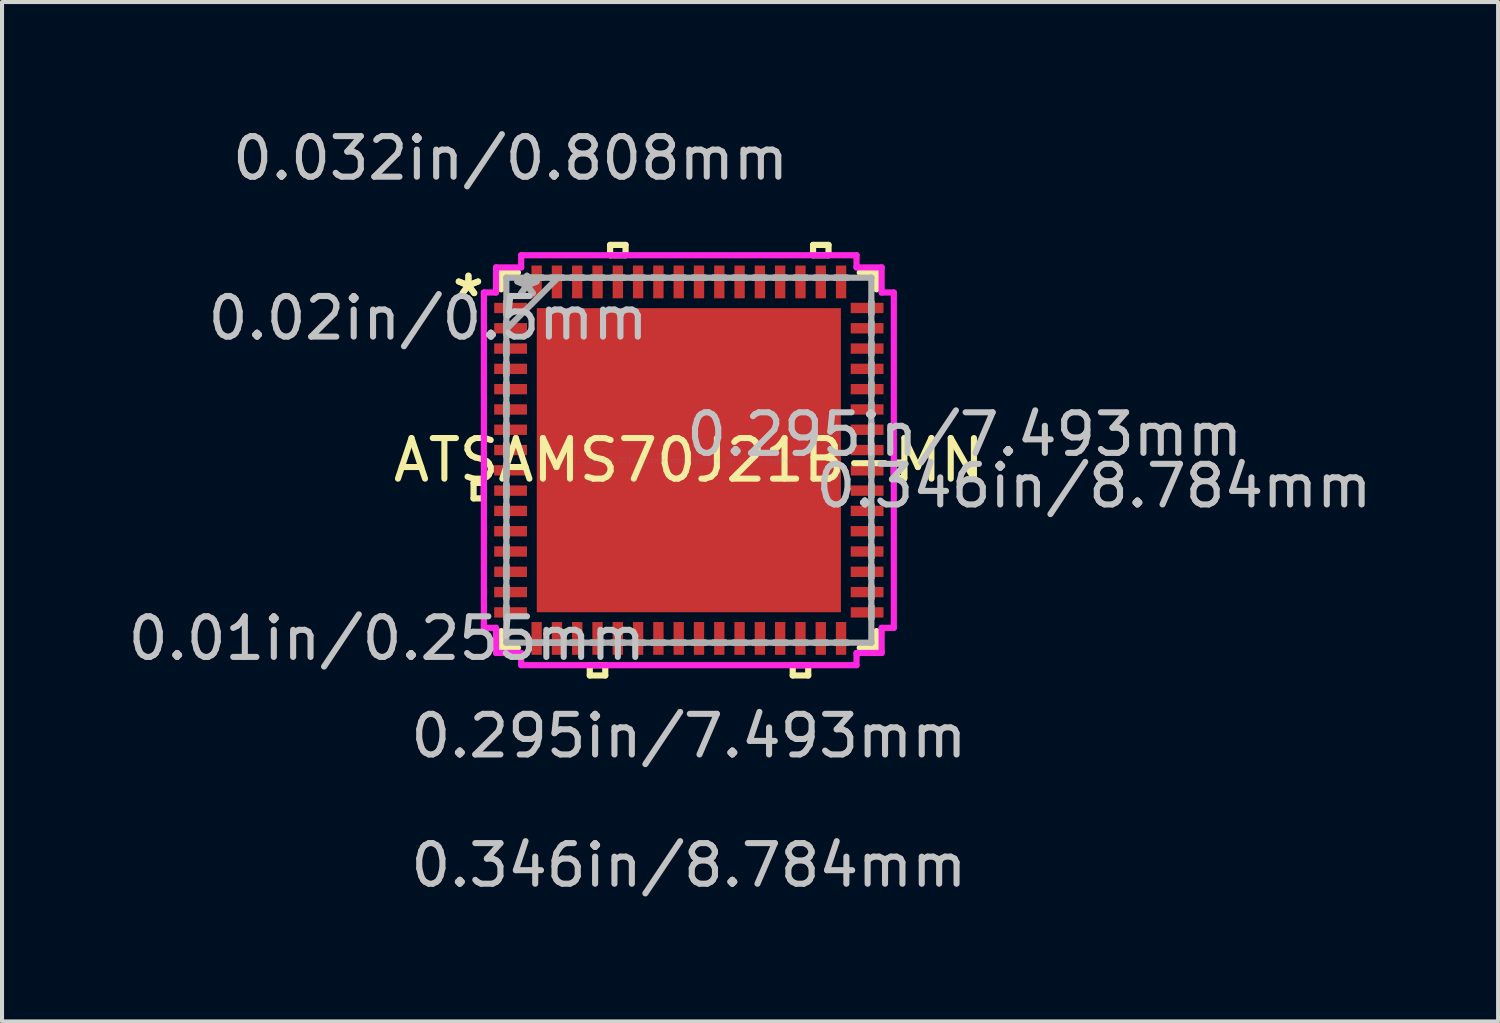
<source format=kicad_pcb>
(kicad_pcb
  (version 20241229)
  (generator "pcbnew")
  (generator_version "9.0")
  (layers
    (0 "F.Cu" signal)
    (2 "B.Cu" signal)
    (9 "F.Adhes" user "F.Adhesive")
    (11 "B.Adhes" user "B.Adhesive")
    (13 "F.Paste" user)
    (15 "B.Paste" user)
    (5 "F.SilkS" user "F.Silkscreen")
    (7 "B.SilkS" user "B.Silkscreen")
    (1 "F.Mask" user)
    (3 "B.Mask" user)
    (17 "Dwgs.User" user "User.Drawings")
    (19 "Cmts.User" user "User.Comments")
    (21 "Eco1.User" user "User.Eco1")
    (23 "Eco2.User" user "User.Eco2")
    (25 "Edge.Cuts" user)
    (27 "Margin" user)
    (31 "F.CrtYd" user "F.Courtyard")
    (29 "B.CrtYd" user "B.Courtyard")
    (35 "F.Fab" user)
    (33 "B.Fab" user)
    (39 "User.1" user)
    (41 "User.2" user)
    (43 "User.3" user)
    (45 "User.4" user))
  (footprint "ATSAMS70J21B-MN"
    (layer "F.Cu")
    (at 13.922 8.288)
    (property "Reference" "ATSAMS70J21B-MN" (at 0 0 0) (layer "F.SilkS") (effects (font (size 1 1) (thickness 0.15))))
    (attr through_hole)
    (fp_line (start -5.304 0.56) (end -5.304 0.941) (stroke (width 0.152) (type solid)) (layer "F.SilkS"))
    (fp_line (start -5.304 0.941) (end -5.05 0.941) (stroke (width 0.152) (type solid)) (layer "F.SilkS"))
    (fp_line (start -5.05 0.56) (end -5.304 0.56) (stroke (width 0.152) (type solid)) (layer "F.SilkS"))
    (fp_line (start -5.05 0.941) (end -5.05 0.56) (stroke (width 0.152) (type solid)) (layer "F.SilkS"))
    (fp_line (start -4.623 -4.623) (end -4.623 -4.21) (stroke (width 0.152) (type solid)) (layer "F.SilkS"))
    (fp_line (start -4.623 4.21) (end -4.623 4.623) (stroke (width 0.152) (type solid)) (layer "F.SilkS"))
    (fp_line (start -4.623 4.623) (end -4.21 4.623) (stroke (width 0.152) (type solid)) (layer "F.SilkS"))
    (fp_line (start -4.21 -4.623) (end -4.623 -4.623) (stroke (width 0.152) (type solid)) (layer "F.SilkS"))
    (fp_line (start -2.441 5.05) (end -2.441 5.304) (stroke (width 0.152) (type solid)) (layer "F.SilkS"))
    (fp_line (start -2.441 5.304) (end -2.06 5.304) (stroke (width 0.152) (type solid)) (layer "F.SilkS"))
    (fp_line (start -2.06 5.05) (end -2.441 5.05) (stroke (width 0.152) (type solid)) (layer "F.SilkS"))
    (fp_line (start -2.06 5.304) (end -2.06 5.05) (stroke (width 0.152) (type solid)) (layer "F.SilkS"))
    (fp_line (start -1.94 -5.304) (end -1.559 -5.304) (stroke (width 0.152) (type solid)) (layer "F.SilkS"))
    (fp_line (start -1.94 -5.05) (end -1.94 -5.304) (stroke (width 0.152) (type solid)) (layer "F.SilkS"))
    (fp_line (start -1.559 -5.304) (end -1.559 -5.05) (stroke (width 0.152) (type solid)) (layer "F.SilkS"))
    (fp_line (start -1.559 -5.05) (end -1.94 -5.05) (stroke (width 0.152) (type solid)) (layer "F.SilkS"))
    (fp_line (start 2.559 5.05) (end 2.559 5.304) (stroke (width 0.152) (type solid)) (layer "F.SilkS"))
    (fp_line (start 2.559 5.304) (end 2.941 5.304) (stroke (width 0.152) (type solid)) (layer "F.SilkS"))
    (fp_line (start 2.941 5.05) (end 2.559 5.05) (stroke (width 0.152) (type solid)) (layer "F.SilkS"))
    (fp_line (start 2.941 5.304) (end 2.941 5.05) (stroke (width 0.152) (type solid)) (layer "F.SilkS"))
    (fp_line (start 3.06 -5.304) (end 3.441 -5.304) (stroke (width 0.152) (type solid)) (layer "F.SilkS"))
    (fp_line (start 3.06 -5.05) (end 3.06 -5.304) (stroke (width 0.152) (type solid)) (layer "F.SilkS"))
    (fp_line (start 3.441 -5.304) (end 3.441 -5.05) (stroke (width 0.152) (type solid)) (layer "F.SilkS"))
    (fp_line (start 3.441 -5.05) (end 3.06 -5.05) (stroke (width 0.152) (type solid)) (layer "F.SilkS"))
    (fp_line (start 4.21 4.623) (end 4.623 4.623) (stroke (width 0.152) (type solid)) (layer "F.SilkS"))
    (fp_line (start 4.623 -4.623) (end 4.21 -4.623) (stroke (width 0.152) (type solid)) (layer "F.SilkS"))
    (fp_line (start 4.623 -4.21) (end 4.623 -4.623) (stroke (width 0.152) (type solid)) (layer "F.SilkS"))
    (fp_line (start 4.623 4.623) (end 4.623 4.21) (stroke (width 0.152) (type solid)) (layer "F.SilkS"))
    (fp_line (start 5.05 0.059) (end 5.304 0.059) (stroke (width 0.152) (type solid)) (layer "F.SilkS"))
    (fp_line (start 5.05 0.441) (end 5.05 0.059) (stroke (width 0.152) (type solid)) (layer "F.SilkS"))
    (fp_line (start 5.304 0.059) (end 5.304 0.441) (stroke (width 0.152) (type solid)) (layer "F.SilkS"))
    (fp_line (start 5.304 0.441) (end 5.05 0.441) (stroke (width 0.152) (type solid)) (layer "F.SilkS"))
    (fp_line (start -3.647 -3.647) (end -3.647 -2.348) (stroke (width 0.152) (type solid)) (layer "F.Paste"))
    (fp_line (start -3.647 -2.348) (end -2.348 -2.348) (stroke (width 0.152) (type solid)) (layer "F.Paste"))
    (fp_line (start -3.647 -2.148) (end -3.647 -0.849) (stroke (width 0.152) (type solid)) (layer "F.Paste"))
    (fp_line (start -3.647 -0.849) (end -2.348 -0.849) (stroke (width 0.152) (type solid)) (layer "F.Paste"))
    (fp_line (start -3.647 -0.649) (end -3.647 0.649) (stroke (width 0.152) (type solid)) (layer "F.Paste"))
    (fp_line (start -3.647 0.649) (end -2.348 0.649) (stroke (width 0.152) (type solid)) (layer "F.Paste"))
    (fp_line (start -3.647 0.849) (end -3.647 2.148) (stroke (width 0.152) (type solid)) (layer "F.Paste"))
    (fp_line (start -3.647 2.148) (end -2.348 2.148) (stroke (width 0.152) (type solid)) (layer "F.Paste"))
    (fp_line (start -3.647 2.348) (end -3.647 3.647) (stroke (width 0.152) (type solid)) (layer "F.Paste"))
    (fp_line (start -3.647 3.647) (end -2.348 3.647) (stroke (width 0.152) (type solid)) (layer "F.Paste"))
    (fp_line (start -2.348 -3.647) (end -3.647 -3.647) (stroke (width 0.152) (type solid)) (layer "F.Paste"))
    (fp_line (start -2.348 -2.348) (end -2.348 -3.647) (stroke (width 0.152) (type solid)) (layer "F.Paste"))
    (fp_line (start -2.348 -2.148) (end -3.647 -2.148) (stroke (width 0.152) (type solid)) (layer "F.Paste"))
    (fp_line (start -2.348 -0.849) (end -2.348 -2.148) (stroke (width 0.152) (type solid)) (layer "F.Paste"))
    (fp_line (start -2.348 -0.649) (end -3.647 -0.649) (stroke (width 0.152) (type solid)) (layer "F.Paste"))
    (fp_line (start -2.348 0.649) (end -2.348 -0.649) (stroke (width 0.152) (type solid)) (layer "F.Paste"))
    (fp_line (start -2.348 0.849) (end -3.647 0.849) (stroke (width 0.152) (type solid)) (layer "F.Paste"))
    (fp_line (start -2.348 2.148) (end -2.348 0.849) (stroke (width 0.152) (type solid)) (layer "F.Paste"))
    (fp_line (start -2.348 2.348) (end -3.647 2.348) (stroke (width 0.152) (type solid)) (layer "F.Paste"))
    (fp_line (start -2.348 3.647) (end -2.348 2.348) (stroke (width 0.152) (type solid)) (layer "F.Paste"))
    (fp_line (start -2.148 -3.647) (end -2.148 -2.348) (stroke (width 0.152) (type solid)) (layer "F.Paste"))
    (fp_line (start -2.148 -2.348) (end -0.849 -2.348) (stroke (width 0.152) (type solid)) (layer "F.Paste"))
    (fp_line (start -2.148 -2.148) (end -2.148 -0.849) (stroke (width 0.152) (type solid)) (layer "F.Paste"))
    (fp_line (start -2.148 -0.849) (end -0.849 -0.849) (stroke (width 0.152) (type solid)) (layer "F.Paste"))
    (fp_line (start -2.148 -0.649) (end -2.148 0.649) (stroke (width 0.152) (type solid)) (layer "F.Paste"))
    (fp_line (start -2.148 0.649) (end -0.849 0.649) (stroke (width 0.152) (type solid)) (layer "F.Paste"))
    (fp_line (start -2.148 0.849) (end -2.148 2.148) (stroke (width 0.152) (type solid)) (layer "F.Paste"))
    (fp_line (start -2.148 2.148) (end -0.849 2.148) (stroke (width 0.152) (type solid)) (layer "F.Paste"))
    (fp_line (start -2.148 2.348) (end -2.148 3.647) (stroke (width 0.152) (type solid)) (layer "F.Paste"))
    (fp_line (start -2.148 3.647) (end -0.849 3.647) (stroke (width 0.152) (type solid)) (layer "F.Paste"))
    (fp_line (start -0.849 -3.647) (end -2.148 -3.647) (stroke (width 0.152) (type solid)) (layer "F.Paste"))
    (fp_line (start -0.849 -2.348) (end -0.849 -3.647) (stroke (width 0.152) (type solid)) (layer "F.Paste"))
    (fp_line (start -0.849 -2.148) (end -2.148 -2.148) (stroke (width 0.152) (type solid)) (layer "F.Paste"))
    (fp_line (start -0.849 -0.849) (end -0.849 -2.148) (stroke (width 0.152) (type solid)) (layer "F.Paste"))
    (fp_line (start -0.849 -0.649) (end -2.148 -0.649) (stroke (width 0.152) (type solid)) (layer "F.Paste"))
    (fp_line (start -0.849 0.649) (end -0.849 -0.649) (stroke (width 0.152) (type solid)) (layer "F.Paste"))
    (fp_line (start -0.849 0.849) (end -2.148 0.849) (stroke (width 0.152) (type solid)) (layer "F.Paste"))
    (fp_line (start -0.849 2.148) (end -0.849 0.849) (stroke (width 0.152) (type solid)) (layer "F.Paste"))
    (fp_line (start -0.849 2.348) (end -2.148 2.348) (stroke (width 0.152) (type solid)) (layer "F.Paste"))
    (fp_line (start -0.849 3.647) (end -0.849 2.348) (stroke (width 0.152) (type solid)) (layer "F.Paste"))
    (fp_line (start -0.649 -3.647) (end -0.649 -2.348) (stroke (width 0.152) (type solid)) (layer "F.Paste"))
    (fp_line (start -0.649 -2.348) (end 0.649 -2.348) (stroke (width 0.152) (type solid)) (layer "F.Paste"))
    (fp_line (start -0.649 -2.148) (end -0.649 -0.849) (stroke (width 0.152) (type solid)) (layer "F.Paste"))
    (fp_line (start -0.649 -0.849) (end 0.649 -0.849) (stroke (width 0.152) (type solid)) (layer "F.Paste"))
    (fp_line (start -0.649 -0.649) (end -0.649 0.649) (stroke (width 0.152) (type solid)) (layer "F.Paste"))
    (fp_line (start -0.649 0.649) (end 0.649 0.649) (stroke (width 0.152) (type solid)) (layer "F.Paste"))
    (fp_line (start -0.649 0.849) (end -0.649 2.148) (stroke (width 0.152) (type solid)) (layer "F.Paste"))
    (fp_line (start -0.649 2.148) (end 0.649 2.148) (stroke (width 0.152) (type solid)) (layer "F.Paste"))
    (fp_line (start -0.649 2.348) (end -0.649 3.647) (stroke (width 0.152) (type solid)) (layer "F.Paste"))
    (fp_line (start -0.649 3.647) (end 0.649 3.647) (stroke (width 0.152) (type solid)) (layer "F.Paste"))
    (fp_line (start 0.649 -3.647) (end -0.649 -3.647) (stroke (width 0.152) (type solid)) (layer "F.Paste"))
    (fp_line (start 0.649 -2.348) (end 0.649 -3.647) (stroke (width 0.152) (type solid)) (layer "F.Paste"))
    (fp_line (start 0.649 -2.148) (end -0.649 -2.148) (stroke (width 0.152) (type solid)) (layer "F.Paste"))
    (fp_line (start 0.649 -0.849) (end 0.649 -2.148) (stroke (width 0.152) (type solid)) (layer "F.Paste"))
    (fp_line (start 0.649 -0.649) (end -0.649 -0.649) (stroke (width 0.152) (type solid)) (layer "F.Paste"))
    (fp_line (start 0.649 0.649) (end 0.649 -0.649) (stroke (width 0.152) (type solid)) (layer "F.Paste"))
    (fp_line (start 0.649 0.849) (end -0.649 0.849) (stroke (width 0.152) (type solid)) (layer "F.Paste"))
    (fp_line (start 0.649 2.148) (end 0.649 0.849) (stroke (width 0.152) (type solid)) (layer "F.Paste"))
    (fp_line (start 0.649 2.348) (end -0.649 2.348) (stroke (width 0.152) (type solid)) (layer "F.Paste"))
    (fp_line (start 0.649 3.647) (end 0.649 2.348) (stroke (width 0.152) (type solid)) (layer "F.Paste"))
    (fp_line (start 0.849 -3.647) (end 0.849 -2.348) (stroke (width 0.152) (type solid)) (layer "F.Paste"))
    (fp_line (start 0.849 -2.348) (end 2.148 -2.348) (stroke (width 0.152) (type solid)) (layer "F.Paste"))
    (fp_line (start 0.849 -2.148) (end 0.849 -0.849) (stroke (width 0.152) (type solid)) (layer "F.Paste"))
    (fp_line (start 0.849 -0.849) (end 2.148 -0.849) (stroke (width 0.152) (type solid)) (layer "F.Paste"))
    (fp_line (start 0.849 -0.649) (end 0.849 0.649) (stroke (width 0.152) (type solid)) (layer "F.Paste"))
    (fp_line (start 0.849 0.649) (end 2.148 0.649) (stroke (width 0.152) (type solid)) (layer "F.Paste"))
    (fp_line (start 0.849 0.849) (end 0.849 2.148) (stroke (width 0.152) (type solid)) (layer "F.Paste"))
    (fp_line (start 0.849 2.148) (end 2.148 2.148) (stroke (width 0.152) (type solid)) (layer "F.Paste"))
    (fp_line (start 0.849 2.348) (end 0.849 3.647) (stroke (width 0.152) (type solid)) (layer "F.Paste"))
    (fp_line (start 0.849 3.647) (end 2.148 3.647) (stroke (width 0.152) (type solid)) (layer "F.Paste"))
    (fp_line (start 2.148 -3.647) (end 0.849 -3.647) (stroke (width 0.152) (type solid)) (layer "F.Paste"))
    (fp_line (start 2.148 -2.348) (end 2.148 -3.647) (stroke (width 0.152) (type solid)) (layer "F.Paste"))
    (fp_line (start 2.148 -2.148) (end 0.849 -2.148) (stroke (width 0.152) (type solid)) (layer "F.Paste"))
    (fp_line (start 2.148 -0.849) (end 2.148 -2.148) (stroke (width 0.152) (type solid)) (layer "F.Paste"))
    (fp_line (start 2.148 -0.649) (end 0.849 -0.649) (stroke (width 0.152) (type solid)) (layer "F.Paste"))
    (fp_line (start 2.148 0.649) (end 2.148 -0.649) (stroke (width 0.152) (type solid)) (layer "F.Paste"))
    (fp_line (start 2.148 0.849) (end 0.849 0.849) (stroke (width 0.152) (type solid)) (layer "F.Paste"))
    (fp_line (start 2.148 2.148) (end 2.148 0.849) (stroke (width 0.152) (type solid)) (layer "F.Paste"))
    (fp_line (start 2.148 2.348) (end 0.849 2.348) (stroke (width 0.152) (type solid)) (layer "F.Paste"))
    (fp_line (start 2.148 3.647) (end 2.148 2.348) (stroke (width 0.152) (type solid)) (layer "F.Paste"))
    (fp_line (start 2.348 -3.647) (end 2.348 -2.348) (stroke (width 0.152) (type solid)) (layer "F.Paste"))
    (fp_line (start 2.348 -2.348) (end 3.647 -2.348) (stroke (width 0.152) (type solid)) (layer "F.Paste"))
    (fp_line (start 2.348 -2.148) (end 2.348 -0.849) (stroke (width 0.152) (type solid)) (layer "F.Paste"))
    (fp_line (start 2.348 -0.849) (end 3.647 -0.849) (stroke (width 0.152) (type solid)) (layer "F.Paste"))
    (fp_line (start 2.348 -0.649) (end 2.348 0.649) (stroke (width 0.152) (type solid)) (layer "F.Paste"))
    (fp_line (start 2.348 0.649) (end 3.647 0.649) (stroke (width 0.152) (type solid)) (layer "F.Paste"))
    (fp_line (start 2.348 0.849) (end 2.348 2.148) (stroke (width 0.152) (type solid)) (layer "F.Paste"))
    (fp_line (start 2.348 2.148) (end 3.647 2.148) (stroke (width 0.152) (type solid)) (layer "F.Paste"))
    (fp_line (start 2.348 2.348) (end 2.348 3.647) (stroke (width 0.152) (type solid)) (layer "F.Paste"))
    (fp_line (start 2.348 3.647) (end 3.647 3.647) (stroke (width 0.152) (type solid)) (layer "F.Paste"))
    (fp_line (start 3.647 -3.647) (end 2.348 -3.647) (stroke (width 0.152) (type solid)) (layer "F.Paste"))
    (fp_line (start 3.647 -2.348) (end 3.647 -3.647) (stroke (width 0.152) (type solid)) (layer "F.Paste"))
    (fp_line (start 3.647 -2.148) (end 2.348 -2.148) (stroke (width 0.152) (type solid)) (layer "F.Paste"))
    (fp_line (start 3.647 -0.849) (end 3.647 -2.148) (stroke (width 0.152) (type solid)) (layer "F.Paste"))
    (fp_line (start 3.647 -0.649) (end 2.348 -0.649) (stroke (width 0.152) (type solid)) (layer "F.Paste"))
    (fp_line (start 3.647 0.649) (end 3.647 -0.649) (stroke (width 0.152) (type solid)) (layer "F.Paste"))
    (fp_line (start 3.647 0.849) (end 2.348 0.849) (stroke (width 0.152) (type solid)) (layer "F.Paste"))
    (fp_line (start 3.647 2.148) (end 3.647 0.849) (stroke (width 0.152) (type solid)) (layer "F.Paste"))
    (fp_line (start 3.647 2.348) (end 2.348 2.348) (stroke (width 0.152) (type solid)) (layer "F.Paste"))
    (fp_line (start 3.647 3.647) (end 3.647 2.348) (stroke (width 0.152) (type solid)) (layer "F.Paste"))
    (fp_line (start -5.05 -4.131) (end -4.75 -4.131) (stroke (width 0.152) (type solid)) (layer "F.CrtYd"))
    (fp_line (start -5.05 4.131) (end -5.05 -4.131) (stroke (width 0.152) (type solid)) (layer "F.CrtYd"))
    (fp_line (start -4.75 -4.75) (end -4.131 -4.75) (stroke (width 0.152) (type solid)) (layer "F.CrtYd"))
    (fp_line (start -4.75 -4.131) (end -4.75 -4.75) (stroke (width 0.152) (type solid)) (layer "F.CrtYd"))
    (fp_line (start -4.75 4.131) (end -5.05 4.131) (stroke (width 0.152) (type solid)) (layer "F.CrtYd"))
    (fp_line (start -4.75 4.75) (end -4.75 4.131) (stroke (width 0.152) (type solid)) (layer "F.CrtYd"))
    (fp_line (start -4.131 -5.05) (end 4.131 -5.05) (stroke (width 0.152) (type solid)) (layer "F.CrtYd"))
    (fp_line (start -4.131 -4.75) (end -4.131 -5.05) (stroke (width 0.152) (type solid)) (layer "F.CrtYd"))
    (fp_line (start -4.131 4.75) (end -4.75 4.75) (stroke (width 0.152) (type solid)) (layer "F.CrtYd"))
    (fp_line (start -4.131 5.05) (end -4.131 4.75) (stroke (width 0.152) (type solid)) (layer "F.CrtYd"))
    (fp_line (start 4.131 -5.05) (end 4.131 -4.75) (stroke (width 0.152) (type solid)) (layer "F.CrtYd"))
    (fp_line (start 4.131 -4.75) (end 4.75 -4.75) (stroke (width 0.152) (type solid)) (layer "F.CrtYd"))
    (fp_line (start 4.131 4.75) (end 4.131 5.05) (stroke (width 0.152) (type solid)) (layer "F.CrtYd"))
    (fp_line (start 4.131 5.05) (end -4.131 5.05) (stroke (width 0.152) (type solid)) (layer "F.CrtYd"))
    (fp_line (start 4.75 -4.75) (end 4.75 -4.131) (stroke (width 0.152) (type solid)) (layer "F.CrtYd"))
    (fp_line (start 4.75 -4.131) (end 5.05 -4.131) (stroke (width 0.152) (type solid)) (layer "F.CrtYd"))
    (fp_line (start 4.75 4.131) (end 4.75 4.75) (stroke (width 0.152) (type solid)) (layer "F.CrtYd"))
    (fp_line (start 4.75 4.75) (end 4.131 4.75) (stroke (width 0.152) (type solid)) (layer "F.CrtYd"))
    (fp_line (start 5.05 -4.131) (end 5.05 4.131) (stroke (width 0.152) (type solid)) (layer "F.CrtYd"))
    (fp_line (start 5.05 4.131) (end 4.75 4.131) (stroke (width 0.152) (type solid)) (layer "F.CrtYd"))
    (fp_line (start -4.496 -4.496) (end -4.496 -4.496) (stroke (width 0.152) (type solid)) (layer "F.Fab"))
    (fp_line (start -4.496 -4.496) (end -4.496 4.496) (stroke (width 0.152) (type solid)) (layer "F.Fab"))
    (fp_line (start -4.496 -3.902) (end -4.496 -3.902) (stroke (width 0.152) (type solid)) (layer "F.Fab"))
    (fp_line (start -4.496 -3.902) (end -4.496 -3.598) (stroke (width 0.152) (type solid)) (layer "F.Fab"))
    (fp_line (start -4.496 -3.598) (end -4.496 -3.902) (stroke (width 0.152) (type solid)) (layer "F.Fab"))
    (fp_line (start -4.496 -3.598) (end -4.496 -3.598) (stroke (width 0.152) (type solid)) (layer "F.Fab"))
    (fp_line (start -4.496 -3.402) (end -4.496 -3.402) (stroke (width 0.152) (type solid)) (layer "F.Fab"))
    (fp_line (start -4.496 -3.402) (end -4.496 -3.098) (stroke (width 0.152) (type solid)) (layer "F.Fab"))
    (fp_line (start -4.496 -3.226) (end -3.226 -4.496) (stroke (width 0.152) (type solid)) (layer "F.Fab"))
    (fp_line (start -4.496 -3.098) (end -4.496 -3.402) (stroke (width 0.152) (type solid)) (layer "F.Fab"))
    (fp_line (start -4.496 -3.098) (end -4.496 -3.098) (stroke (width 0.152) (type solid)) (layer "F.Fab"))
    (fp_line (start -4.496 -2.902) (end -4.496 -2.902) (stroke (width 0.152) (type solid)) (layer "F.Fab"))
    (fp_line (start -4.496 -2.902) (end -4.496 -2.598) (stroke (width 0.152) (type solid)) (layer "F.Fab"))
    (fp_line (start -4.496 -2.598) (end -4.496 -2.902) (stroke (width 0.152) (type solid)) (layer "F.Fab"))
    (fp_line (start -4.496 -2.598) (end -4.496 -2.598) (stroke (width 0.152) (type solid)) (layer "F.Fab"))
    (fp_line (start -4.496 -2.402) (end -4.496 -2.402) (stroke (width 0.152) (type solid)) (layer "F.Fab"))
    (fp_line (start -4.496 -2.402) (end -4.496 -2.098) (stroke (width 0.152) (type solid)) (layer "F.Fab"))
    (fp_line (start -4.496 -2.098) (end -4.496 -2.402) (stroke (width 0.152) (type solid)) (layer "F.Fab"))
    (fp_line (start -4.496 -2.098) (end -4.496 -2.098) (stroke (width 0.152) (type solid)) (layer "F.Fab"))
    (fp_line (start -4.496 -1.902) (end -4.496 -1.902) (stroke (width 0.152) (type solid)) (layer "F.Fab"))
    (fp_line (start -4.496 -1.902) (end -4.496 -1.598) (stroke (width 0.152) (type solid)) (layer "F.Fab"))
    (fp_line (start -4.496 -1.598) (end -4.496 -1.902) (stroke (width 0.152) (type solid)) (layer "F.Fab"))
    (fp_line (start -4.496 -1.598) (end -4.496 -1.598) (stroke (width 0.152) (type solid)) (layer "F.Fab"))
    (fp_line (start -4.496 -1.402) (end -4.496 -1.402) (stroke (width 0.152) (type solid)) (layer "F.Fab"))
    (fp_line (start -4.496 -1.402) (end -4.496 -1.098) (stroke (width 0.152) (type solid)) (layer "F.Fab"))
    (fp_line (start -4.496 -1.098) (end -4.496 -1.402) (stroke (width 0.152) (type solid)) (layer "F.Fab"))
    (fp_line (start -4.496 -1.098) (end -4.496 -1.098) (stroke (width 0.152) (type solid)) (layer "F.Fab"))
    (fp_line (start -4.496 -0.902) (end -4.496 -0.902) (stroke (width 0.152) (type solid)) (layer "F.Fab"))
    (fp_line (start -4.496 -0.902) (end -4.496 -0.598) (stroke (width 0.152) (type solid)) (layer "F.Fab"))
    (fp_line (start -4.496 -0.598) (end -4.496 -0.902) (stroke (width 0.152) (type solid)) (layer "F.Fab"))
    (fp_line (start -4.496 -0.598) (end -4.496 -0.598) (stroke (width 0.152) (type solid)) (layer "F.Fab"))
    (fp_line (start -4.496 -0.402) (end -4.496 -0.402) (stroke (width 0.152) (type solid)) (layer "F.Fab"))
    (fp_line (start -4.496 -0.402) (end -4.496 -0.098) (stroke (width 0.152) (type solid)) (layer "F.Fab"))
    (fp_line (start -4.496 -0.098) (end -4.496 -0.402) (stroke (width 0.152) (type solid)) (layer "F.Fab"))
    (fp_line (start -4.496 -0.098) (end -4.496 -0.098) (stroke (width 0.152) (type solid)) (layer "F.Fab"))
    (fp_line (start -4.496 0.098) (end -4.496 0.098) (stroke (width 0.152) (type solid)) (layer "F.Fab"))
    (fp_line (start -4.496 0.098) (end -4.496 0.402) (stroke (width 0.152) (type solid)) (layer "F.Fab"))
    (fp_line (start -4.496 0.402) (end -4.496 0.098) (stroke (width 0.152) (type solid)) (layer "F.Fab"))
    (fp_line (start -4.496 0.402) (end -4.496 0.402) (stroke (width 0.152) (type solid)) (layer "F.Fab"))
    (fp_line (start -4.496 0.598) (end -4.496 0.598) (stroke (width 0.152) (type solid)) (layer "F.Fab"))
    (fp_line (start -4.496 0.598) (end -4.496 0.902) (stroke (width 0.152) (type solid)) (layer "F.Fab"))
    (fp_line (start -4.496 0.902) (end -4.496 0.598) (stroke (width 0.152) (type solid)) (layer "F.Fab"))
    (fp_line (start -4.496 0.902) (end -4.496 0.902) (stroke (width 0.152) (type solid)) (layer "F.Fab"))
    (fp_line (start -4.496 1.098) (end -4.496 1.098) (stroke (width 0.152) (type solid)) (layer "F.Fab"))
    (fp_line (start -4.496 1.098) (end -4.496 1.402) (stroke (width 0.152) (type solid)) (layer "F.Fab"))
    (fp_line (start -4.496 1.402) (end -4.496 1.098) (stroke (width 0.152) (type solid)) (layer "F.Fab"))
    (fp_line (start -4.496 1.402) (end -4.496 1.402) (stroke (width 0.152) (type solid)) (layer "F.Fab"))
    (fp_line (start -4.496 1.598) (end -4.496 1.598) (stroke (width 0.152) (type solid)) (layer "F.Fab"))
    (fp_line (start -4.496 1.598) (end -4.496 1.902) (stroke (width 0.152) (type solid)) (layer "F.Fab"))
    (fp_line (start -4.496 1.902) (end -4.496 1.598) (stroke (width 0.152) (type solid)) (layer "F.Fab"))
    (fp_line (start -4.496 1.902) (end -4.496 1.902) (stroke (width 0.152) (type solid)) (layer "F.Fab"))
    (fp_line (start -4.496 2.098) (end -4.496 2.098) (stroke (width 0.152) (type solid)) (layer "F.Fab"))
    (fp_line (start -4.496 2.098) (end -4.496 2.402) (stroke (width 0.152) (type solid)) (layer "F.Fab"))
    (fp_line (start -4.496 2.402) (end -4.496 2.098) (stroke (width 0.152) (type solid)) (layer "F.Fab"))
    (fp_line (start -4.496 2.402) (end -4.496 2.402) (stroke (width 0.152) (type solid)) (layer "F.Fab"))
    (fp_line (start -4.496 2.598) (end -4.496 2.598) (stroke (width 0.152) (type solid)) (layer "F.Fab"))
    (fp_line (start -4.496 2.598) (end -4.496 2.902) (stroke (width 0.152) (type solid)) (layer "F.Fab"))
    (fp_line (start -4.496 2.902) (end -4.496 2.598) (stroke (width 0.152) (type solid)) (layer "F.Fab"))
    (fp_line (start -4.496 2.902) (end -4.496 2.902) (stroke (width 0.152) (type solid)) (layer "F.Fab"))
    (fp_line (start -4.496 3.098) (end -4.496 3.098) (stroke (width 0.152) (type solid)) (layer "F.Fab"))
    (fp_line (start -4.496 3.098) (end -4.496 3.402) (stroke (width 0.152) (type solid)) (layer "F.Fab"))
    (fp_line (start -4.496 3.402) (end -4.496 3.098) (stroke (width 0.152) (type solid)) (layer "F.Fab"))
    (fp_line (start -4.496 3.402) (end -4.496 3.402) (stroke (width 0.152) (type solid)) (layer "F.Fab"))
    (fp_line (start -4.496 3.598) (end -4.496 3.598) (stroke (width 0.152) (type solid)) (layer "F.Fab"))
    (fp_line (start -4.496 3.598) (end -4.496 3.902) (stroke (width 0.152) (type solid)) (layer "F.Fab"))
    (fp_line (start -4.496 3.902) (end -4.496 3.598) (stroke (width 0.152) (type solid)) (layer "F.Fab"))
    (fp_line (start -4.496 3.902) (end -4.496 3.902) (stroke (width 0.152) (type solid)) (layer "F.Fab"))
    (fp_line (start -4.496 4.496) (end -4.496 4.496) (stroke (width 0.152) (type solid)) (layer "F.Fab"))
    (fp_line (start -4.496 4.496) (end 4.496 4.496) (stroke (width 0.152) (type solid)) (layer "F.Fab"))
    (fp_line (start -3.902 -4.496) (end -3.902 -4.496) (stroke (width 0.152) (type solid)) (layer "F.Fab"))
    (fp_line (start -3.902 -4.496) (end -3.598 -4.496) (stroke (width 0.152) (type solid)) (layer "F.Fab"))
    (fp_line (start -3.902 4.496) (end -3.902 4.496) (stroke (width 0.152) (type solid)) (layer "F.Fab"))
    (fp_line (start -3.902 4.496) (end -3.598 4.496) (stroke (width 0.152) (type solid)) (layer "F.Fab"))
    (fp_line (start -3.598 -4.496) (end -3.902 -4.496) (stroke (width 0.152) (type solid)) (layer "F.Fab"))
    (fp_line (start -3.598 -4.496) (end -3.598 -4.496) (stroke (width 0.152) (type solid)) (layer "F.Fab"))
    (fp_line (start -3.598 4.496) (end -3.902 4.496) (stroke (width 0.152) (type solid)) (layer "F.Fab"))
    (fp_line (start -3.598 4.496) (end -3.598 4.496) (stroke (width 0.152) (type solid)) (layer "F.Fab"))
    (fp_line (start -3.402 -4.496) (end -3.402 -4.496) (stroke (width 0.152) (type solid)) (layer "F.Fab"))
    (fp_line (start -3.402 -4.496) (end -3.098 -4.496) (stroke (width 0.152) (type solid)) (layer "F.Fab"))
    (fp_line (start -3.402 4.496) (end -3.402 4.496) (stroke (width 0.152) (type solid)) (layer "F.Fab"))
    (fp_line (start -3.402 4.496) (end -3.098 4.496) (stroke (width 0.152) (type solid)) (layer "F.Fab"))
    (fp_line (start -3.098 -4.496) (end -3.402 -4.496) (stroke (width 0.152) (type solid)) (layer "F.Fab"))
    (fp_line (start -3.098 -4.496) (end -3.098 -4.496) (stroke (width 0.152) (type solid)) (layer "F.Fab"))
    (fp_line (start -3.098 4.496) (end -3.402 4.496) (stroke (width 0.152) (type solid)) (layer "F.Fab"))
    (fp_line (start -3.098 4.496) (end -3.098 4.496) (stroke (width 0.152) (type solid)) (layer "F.Fab"))
    (fp_line (start -2.902 -4.496) (end -2.902 -4.496) (stroke (width 0.152) (type solid)) (layer "F.Fab"))
    (fp_line (start -2.902 -4.496) (end -2.598 -4.496) (stroke (width 0.152) (type solid)) (layer "F.Fab"))
    (fp_line (start -2.902 4.496) (end -2.902 4.496) (stroke (width 0.152) (type solid)) (layer "F.Fab"))
    (fp_line (start -2.902 4.496) (end -2.598 4.496) (stroke (width 0.152) (type solid)) (layer "F.Fab"))
    (fp_line (start -2.598 -4.496) (end -2.902 -4.496) (stroke (width 0.152) (type solid)) (layer "F.Fab"))
    (fp_line (start -2.598 -4.496) (end -2.598 -4.496) (stroke (width 0.152) (type solid)) (layer "F.Fab"))
    (fp_line (start -2.598 4.496) (end -2.902 4.496) (stroke (width 0.152) (type solid)) (layer "F.Fab"))
    (fp_line (start -2.598 4.496) (end -2.598 4.496) (stroke (width 0.152) (type solid)) (layer "F.Fab"))
    (fp_line (start -2.402 -4.496) (end -2.402 -4.496) (stroke (width 0.152) (type solid)) (layer "F.Fab"))
    (fp_line (start -2.402 -4.496) (end -2.098 -4.496) (stroke (width 0.152) (type solid)) (layer "F.Fab"))
    (fp_line (start -2.402 4.496) (end -2.402 4.496) (stroke (width 0.152) (type solid)) (layer "F.Fab"))
    (fp_line (start -2.402 4.496) (end -2.098 4.496) (stroke (width 0.152) (type solid)) (layer "F.Fab"))
    (fp_line (start -2.098 -4.496) (end -2.402 -4.496) (stroke (width 0.152) (type solid)) (layer "F.Fab"))
    (fp_line (start -2.098 -4.496) (end -2.098 -4.496) (stroke (width 0.152) (type solid)) (layer "F.Fab"))
    (fp_line (start -2.098 4.496) (end -2.402 4.496) (stroke (width 0.152) (type solid)) (layer "F.Fab"))
    (fp_line (start -2.098 4.496) (end -2.098 4.496) (stroke (width 0.152) (type solid)) (layer "F.Fab"))
    (fp_line (start -1.902 -4.496) (end -1.902 -4.496) (stroke (width 0.152) (type solid)) (layer "F.Fab"))
    (fp_line (start -1.902 -4.496) (end -1.598 -4.496) (stroke (width 0.152) (type solid)) (layer "F.Fab"))
    (fp_line (start -1.902 4.496) (end -1.902 4.496) (stroke (width 0.152) (type solid)) (layer "F.Fab"))
    (fp_line (start -1.902 4.496) (end -1.598 4.496) (stroke (width 0.152) (type solid)) (layer "F.Fab"))
    (fp_line (start -1.598 -4.496) (end -1.902 -4.496) (stroke (width 0.152) (type solid)) (layer "F.Fab"))
    (fp_line (start -1.598 -4.496) (end -1.598 -4.496) (stroke (width 0.152) (type solid)) (layer "F.Fab"))
    (fp_line (start -1.598 4.496) (end -1.902 4.496) (stroke (width 0.152) (type solid)) (layer "F.Fab"))
    (fp_line (start -1.598 4.496) (end -1.598 4.496) (stroke (width 0.152) (type solid)) (layer "F.Fab"))
    (fp_line (start -1.402 -4.496) (end -1.402 -4.496) (stroke (width 0.152) (type solid)) (layer "F.Fab"))
    (fp_line (start -1.402 -4.496) (end -1.098 -4.496) (stroke (width 0.152) (type solid)) (layer "F.Fab"))
    (fp_line (start -1.402 4.496) (end -1.402 4.496) (stroke (width 0.152) (type solid)) (layer "F.Fab"))
    (fp_line (start -1.402 4.496) (end -1.098 4.496) (stroke (width 0.152) (type solid)) (layer "F.Fab"))
    (fp_line (start -1.098 -4.496) (end -1.402 -4.496) (stroke (width 0.152) (type solid)) (layer "F.Fab"))
    (fp_line (start -1.098 -4.496) (end -1.098 -4.496) (stroke (width 0.152) (type solid)) (layer "F.Fab"))
    (fp_line (start -1.098 4.496) (end -1.402 4.496) (stroke (width 0.152) (type solid)) (layer "F.Fab"))
    (fp_line (start -1.098 4.496) (end -1.098 4.496) (stroke (width 0.152) (type solid)) (layer "F.Fab"))
    (fp_line (start -0.902 -4.496) (end -0.902 -4.496) (stroke (width 0.152) (type solid)) (layer "F.Fab"))
    (fp_line (start -0.902 -4.496) (end -0.598 -4.496) (stroke (width 0.152) (type solid)) (layer "F.Fab"))
    (fp_line (start -0.902 4.496) (end -0.902 4.496) (stroke (width 0.152) (type solid)) (layer "F.Fab"))
    (fp_line (start -0.902 4.496) (end -0.598 4.496) (stroke (width 0.152) (type solid)) (layer "F.Fab"))
    (fp_line (start -0.598 -4.496) (end -0.902 -4.496) (stroke (width 0.152) (type solid)) (layer "F.Fab"))
    (fp_line (start -0.598 -4.496) (end -0.598 -4.496) (stroke (width 0.152) (type solid)) (layer "F.Fab"))
    (fp_line (start -0.598 4.496) (end -0.902 4.496) (stroke (width 0.152) (type solid)) (layer "F.Fab"))
    (fp_line (start -0.598 4.496) (end -0.598 4.496) (stroke (width 0.152) (type solid)) (layer "F.Fab"))
    (fp_line (start -0.402 -4.496) (end -0.402 -4.496) (stroke (width 0.152) (type solid)) (layer "F.Fab"))
    (fp_line (start -0.402 -4.496) (end -0.098 -4.496) (stroke (width 0.152) (type solid)) (layer "F.Fab"))
    (fp_line (start -0.402 4.496) (end -0.402 4.496) (stroke (width 0.152) (type solid)) (layer "F.Fab"))
    (fp_line (start -0.402 4.496) (end -0.098 4.496) (stroke (width 0.152) (type solid)) (layer "F.Fab"))
    (fp_line (start -0.098 -4.496) (end -0.402 -4.496) (stroke (width 0.152) (type solid)) (layer "F.Fab"))
    (fp_line (start -0.098 -4.496) (end -0.098 -4.496) (stroke (width 0.152) (type solid)) (layer "F.Fab"))
    (fp_line (start -0.098 4.496) (end -0.402 4.496) (stroke (width 0.152) (type solid)) (layer "F.Fab"))
    (fp_line (start -0.098 4.496) (end -0.098 4.496) (stroke (width 0.152) (type solid)) (layer "F.Fab"))
    (fp_line (start 0.098 -4.496) (end 0.098 -4.496) (stroke (width 0.152) (type solid)) (layer "F.Fab"))
    (fp_line (start 0.098 -4.496) (end 0.402 -4.496) (stroke (width 0.152) (type solid)) (layer "F.Fab"))
    (fp_line (start 0.098 4.496) (end 0.098 4.496) (stroke (width 0.152) (type solid)) (layer "F.Fab"))
    (fp_line (start 0.098 4.496) (end 0.402 4.496) (stroke (width 0.152) (type solid)) (layer "F.Fab"))
    (fp_line (start 0.402 -4.496) (end 0.098 -4.496) (stroke (width 0.152) (type solid)) (layer "F.Fab"))
    (fp_line (start 0.402 -4.496) (end 0.402 -4.496) (stroke (width 0.152) (type solid)) (layer "F.Fab"))
    (fp_line (start 0.402 4.496) (end 0.098 4.496) (stroke (width 0.152) (type solid)) (layer "F.Fab"))
    (fp_line (start 0.402 4.496) (end 0.402 4.496) (stroke (width 0.152) (type solid)) (layer "F.Fab"))
    (fp_line (start 0.598 -4.496) (end 0.598 -4.496) (stroke (width 0.152) (type solid)) (layer "F.Fab"))
    (fp_line (start 0.598 -4.496) (end 0.902 -4.496) (stroke (width 0.152) (type solid)) (layer "F.Fab"))
    (fp_line (start 0.598 4.496) (end 0.598 4.496) (stroke (width 0.152) (type solid)) (layer "F.Fab"))
    (fp_line (start 0.598 4.496) (end 0.902 4.496) (stroke (width 0.152) (type solid)) (layer "F.Fab"))
    (fp_line (start 0.902 -4.496) (end 0.598 -4.496) (stroke (width 0.152) (type solid)) (layer "F.Fab"))
    (fp_line (start 0.902 -4.496) (end 0.902 -4.496) (stroke (width 0.152) (type solid)) (layer "F.Fab"))
    (fp_line (start 0.902 4.496) (end 0.598 4.496) (stroke (width 0.152) (type solid)) (layer "F.Fab"))
    (fp_line (start 0.902 4.496) (end 0.902 4.496) (stroke (width 0.152) (type solid)) (layer "F.Fab"))
    (fp_line (start 1.098 -4.496) (end 1.098 -4.496) (stroke (width 0.152) (type solid)) (layer "F.Fab"))
    (fp_line (start 1.098 -4.496) (end 1.402 -4.496) (stroke (width 0.152) (type solid)) (layer "F.Fab"))
    (fp_line (start 1.098 4.496) (end 1.098 4.496) (stroke (width 0.152) (type solid)) (layer "F.Fab"))
    (fp_line (start 1.098 4.496) (end 1.402 4.496) (stroke (width 0.152) (type solid)) (layer "F.Fab"))
    (fp_line (start 1.402 -4.496) (end 1.098 -4.496) (stroke (width 0.152) (type solid)) (layer "F.Fab"))
    (fp_line (start 1.402 -4.496) (end 1.402 -4.496) (stroke (width 0.152) (type solid)) (layer "F.Fab"))
    (fp_line (start 1.402 4.496) (end 1.098 4.496) (stroke (width 0.152) (type solid)) (layer "F.Fab"))
    (fp_line (start 1.402 4.496) (end 1.402 4.496) (stroke (width 0.152) (type solid)) (layer "F.Fab"))
    (fp_line (start 1.598 -4.496) (end 1.598 -4.496) (stroke (width 0.152) (type solid)) (layer "F.Fab"))
    (fp_line (start 1.598 -4.496) (end 1.902 -4.496) (stroke (width 0.152) (type solid)) (layer "F.Fab"))
    (fp_line (start 1.598 4.496) (end 1.598 4.496) (stroke (width 0.152) (type solid)) (layer "F.Fab"))
    (fp_line (start 1.598 4.496) (end 1.902 4.496) (stroke (width 0.152) (type solid)) (layer "F.Fab"))
    (fp_line (start 1.902 -4.496) (end 1.598 -4.496) (stroke (width 0.152) (type solid)) (layer "F.Fab"))
    (fp_line (start 1.902 -4.496) (end 1.902 -4.496) (stroke (width 0.152) (type solid)) (layer "F.Fab"))
    (fp_line (start 1.902 4.496) (end 1.598 4.496) (stroke (width 0.152) (type solid)) (layer "F.Fab"))
    (fp_line (start 1.902 4.496) (end 1.902 4.496) (stroke (width 0.152) (type solid)) (layer "F.Fab"))
    (fp_line (start 2.098 -4.496) (end 2.098 -4.496) (stroke (width 0.152) (type solid)) (layer "F.Fab"))
    (fp_line (start 2.098 -4.496) (end 2.402 -4.496) (stroke (width 0.152) (type solid)) (layer "F.Fab"))
    (fp_line (start 2.098 4.496) (end 2.098 4.496) (stroke (width 0.152) (type solid)) (layer "F.Fab"))
    (fp_line (start 2.098 4.496) (end 2.402 4.496) (stroke (width 0.152) (type solid)) (layer "F.Fab"))
    (fp_line (start 2.402 -4.496) (end 2.098 -4.496) (stroke (width 0.152) (type solid)) (layer "F.Fab"))
    (fp_line (start 2.402 -4.496) (end 2.402 -4.496) (stroke (width 0.152) (type solid)) (layer "F.Fab"))
    (fp_line (start 2.402 4.496) (end 2.098 4.496) (stroke (width 0.152) (type solid)) (layer "F.Fab"))
    (fp_line (start 2.402 4.496) (end 2.402 4.496) (stroke (width 0.152) (type solid)) (layer "F.Fab"))
    (fp_line (start 2.598 -4.496) (end 2.598 -4.496) (stroke (width 0.152) (type solid)) (layer "F.Fab"))
    (fp_line (start 2.598 -4.496) (end 2.902 -4.496) (stroke (width 0.152) (type solid)) (layer "F.Fab"))
    (fp_line (start 2.598 4.496) (end 2.598 4.496) (stroke (width 0.152) (type solid)) (layer "F.Fab"))
    (fp_line (start 2.598 4.496) (end 2.902 4.496) (stroke (width 0.152) (type solid)) (layer "F.Fab"))
    (fp_line (start 2.902 -4.496) (end 2.598 -4.496) (stroke (width 0.152) (type solid)) (layer "F.Fab"))
    (fp_line (start 2.902 -4.496) (end 2.902 -4.496) (stroke (width 0.152) (type solid)) (layer "F.Fab"))
    (fp_line (start 2.902 4.496) (end 2.598 4.496) (stroke (width 0.152) (type solid)) (layer "F.Fab"))
    (fp_line (start 2.902 4.496) (end 2.902 4.496) (stroke (width 0.152) (type solid)) (layer "F.Fab"))
    (fp_line (start 3.098 -4.496) (end 3.098 -4.496) (stroke (width 0.152) (type solid)) (layer "F.Fab"))
    (fp_line (start 3.098 -4.496) (end 3.402 -4.496) (stroke (width 0.152) (type solid)) (layer "F.Fab"))
    (fp_line (start 3.098 4.496) (end 3.098 4.496) (stroke (width 0.152) (type solid)) (layer "F.Fab"))
    (fp_line (start 3.098 4.496) (end 3.402 4.496) (stroke (width 0.152) (type solid)) (layer "F.Fab"))
    (fp_line (start 3.402 -4.496) (end 3.098 -4.496) (stroke (width 0.152) (type solid)) (layer "F.Fab"))
    (fp_line (start 3.402 -4.496) (end 3.402 -4.496) (stroke (width 0.152) (type solid)) (layer "F.Fab"))
    (fp_line (start 3.402 4.496) (end 3.098 4.496) (stroke (width 0.152) (type solid)) (layer "F.Fab"))
    (fp_line (start 3.402 4.496) (end 3.402 4.496) (stroke (width 0.152) (type solid)) (layer "F.Fab"))
    (fp_line (start 3.598 -4.496) (end 3.598 -4.496) (stroke (width 0.152) (type solid)) (layer "F.Fab"))
    (fp_line (start 3.598 -4.496) (end 3.902 -4.496) (stroke (width 0.152) (type solid)) (layer "F.Fab"))
    (fp_line (start 3.598 4.496) (end 3.598 4.496) (stroke (width 0.152) (type solid)) (layer "F.Fab"))
    (fp_line (start 3.598 4.496) (end 3.902 4.496) (stroke (width 0.152) (type solid)) (layer "F.Fab"))
    (fp_line (start 3.902 -4.496) (end 3.598 -4.496) (stroke (width 0.152) (type solid)) (layer "F.Fab"))
    (fp_line (start 3.902 -4.496) (end 3.902 -4.496) (stroke (width 0.152) (type solid)) (layer "F.Fab"))
    (fp_line (start 3.902 4.496) (end 3.598 4.496) (stroke (width 0.152) (type solid)) (layer "F.Fab"))
    (fp_line (start 3.902 4.496) (end 3.902 4.496) (stroke (width 0.152) (type solid)) (layer "F.Fab"))
    (fp_line (start 4.496 -4.496) (end -4.496 -4.496) (stroke (width 0.152) (type solid)) (layer "F.Fab"))
    (fp_line (start 4.496 -4.496) (end 4.496 -4.496) (stroke (width 0.152) (type solid)) (layer "F.Fab"))
    (fp_line (start 4.496 -3.902) (end 4.496 -3.902) (stroke (width 0.152) (type solid)) (layer "F.Fab"))
    (fp_line (start 4.496 -3.902) (end 4.496 -3.598) (stroke (width 0.152) (type solid)) (layer "F.Fab"))
    (fp_line (start 4.496 -3.598) (end 4.496 -3.902) (stroke (width 0.152) (type solid)) (layer "F.Fab"))
    (fp_line (start 4.496 -3.598) (end 4.496 -3.598) (stroke (width 0.152) (type solid)) (layer "F.Fab"))
    (fp_line (start 4.496 -3.402) (end 4.496 -3.402) (stroke (width 0.152) (type solid)) (layer "F.Fab"))
    (fp_line (start 4.496 -3.402) (end 4.496 -3.098) (stroke (width 0.152) (type solid)) (layer "F.Fab"))
    (fp_line (start 4.496 -3.098) (end 4.496 -3.402) (stroke (width 0.152) (type solid)) (layer "F.Fab"))
    (fp_line (start 4.496 -3.098) (end 4.496 -3.098) (stroke (width 0.152) (type solid)) (layer "F.Fab"))
    (fp_line (start 4.496 -2.902) (end 4.496 -2.902) (stroke (width 0.152) (type solid)) (layer "F.Fab"))
    (fp_line (start 4.496 -2.902) (end 4.496 -2.598) (stroke (width 0.152) (type solid)) (layer "F.Fab"))
    (fp_line (start 4.496 -2.598) (end 4.496 -2.902) (stroke (width 0.152) (type solid)) (layer "F.Fab"))
    (fp_line (start 4.496 -2.598) (end 4.496 -2.598) (stroke (width 0.152) (type solid)) (layer "F.Fab"))
    (fp_line (start 4.496 -2.402) (end 4.496 -2.402) (stroke (width 0.152) (type solid)) (layer "F.Fab"))
    (fp_line (start 4.496 -2.402) (end 4.496 -2.098) (stroke (width 0.152) (type solid)) (layer "F.Fab"))
    (fp_line (start 4.496 -2.098) (end 4.496 -2.402) (stroke (width 0.152) (type solid)) (layer "F.Fab"))
    (fp_line (start 4.496 -2.098) (end 4.496 -2.098) (stroke (width 0.152) (type solid)) (layer "F.Fab"))
    (fp_line (start 4.496 -1.902) (end 4.496 -1.902) (stroke (width 0.152) (type solid)) (layer "F.Fab"))
    (fp_line (start 4.496 -1.902) (end 4.496 -1.598) (stroke (width 0.152) (type solid)) (layer "F.Fab"))
    (fp_line (start 4.496 -1.598) (end 4.496 -1.902) (stroke (width 0.152) (type solid)) (layer "F.Fab"))
    (fp_line (start 4.496 -1.598) (end 4.496 -1.598) (stroke (width 0.152) (type solid)) (layer "F.Fab"))
    (fp_line (start 4.496 -1.402) (end 4.496 -1.402) (stroke (width 0.152) (type solid)) (layer "F.Fab"))
    (fp_line (start 4.496 -1.402) (end 4.496 -1.098) (stroke (width 0.152) (type solid)) (layer "F.Fab"))
    (fp_line (start 4.496 -1.098) (end 4.496 -1.402) (stroke (width 0.152) (type solid)) (layer "F.Fab"))
    (fp_line (start 4.496 -1.098) (end 4.496 -1.098) (stroke (width 0.152) (type solid)) (layer "F.Fab"))
    (fp_line (start 4.496 -0.902) (end 4.496 -0.902) (stroke (width 0.152) (type solid)) (layer "F.Fab"))
    (fp_line (start 4.496 -0.902) (end 4.496 -0.598) (stroke (width 0.152) (type solid)) (layer "F.Fab"))
    (fp_line (start 4.496 -0.598) (end 4.496 -0.902) (stroke (width 0.152) (type solid)) (layer "F.Fab"))
    (fp_line (start 4.496 -0.598) (end 4.496 -0.598) (stroke (width 0.152) (type solid)) (layer "F.Fab"))
    (fp_line (start 4.496 -0.402) (end 4.496 -0.402) (stroke (width 0.152) (type solid)) (layer "F.Fab"))
    (fp_line (start 4.496 -0.402) (end 4.496 -0.098) (stroke (width 0.152) (type solid)) (layer "F.Fab"))
    (fp_line (start 4.496 -0.098) (end 4.496 -0.402) (stroke (width 0.152) (type solid)) (layer "F.Fab"))
    (fp_line (start 4.496 -0.098) (end 4.496 -0.098) (stroke (width 0.152) (type solid)) (layer "F.Fab"))
    (fp_line (start 4.496 0.098) (end 4.496 0.098) (stroke (width 0.152) (type solid)) (layer "F.Fab"))
    (fp_line (start 4.496 0.098) (end 4.496 0.402) (stroke (width 0.152) (type solid)) (layer "F.Fab"))
    (fp_line (start 4.496 0.402) (end 4.496 0.098) (stroke (width 0.152) (type solid)) (layer "F.Fab"))
    (fp_line (start 4.496 0.402) (end 4.496 0.402) (stroke (width 0.152) (type solid)) (layer "F.Fab"))
    (fp_line (start 4.496 0.598) (end 4.496 0.598) (stroke (width 0.152) (type solid)) (layer "F.Fab"))
    (fp_line (start 4.496 0.598) (end 4.496 0.902) (stroke (width 0.152) (type solid)) (layer "F.Fab"))
    (fp_line (start 4.496 0.902) (end 4.496 0.598) (stroke (width 0.152) (type solid)) (layer "F.Fab"))
    (fp_line (start 4.496 0.902) (end 4.496 0.902) (stroke (width 0.152) (type solid)) (layer "F.Fab"))
    (fp_line (start 4.496 1.098) (end 4.496 1.098) (stroke (width 0.152) (type solid)) (layer "F.Fab"))
    (fp_line (start 4.496 1.098) (end 4.496 1.402) (stroke (width 0.152) (type solid)) (layer "F.Fab"))
    (fp_line (start 4.496 1.402) (end 4.496 1.098) (stroke (width 0.152) (type solid)) (layer "F.Fab"))
    (fp_line (start 4.496 1.402) (end 4.496 1.402) (stroke (width 0.152) (type solid)) (layer "F.Fab"))
    (fp_line (start 4.496 1.598) (end 4.496 1.598) (stroke (width 0.152) (type solid)) (layer "F.Fab"))
    (fp_line (start 4.496 1.598) (end 4.496 1.902) (stroke (width 0.152) (type solid)) (layer "F.Fab"))
    (fp_line (start 4.496 1.902) (end 4.496 1.598) (stroke (width 0.152) (type solid)) (layer "F.Fab"))
    (fp_line (start 4.496 1.902) (end 4.496 1.902) (stroke (width 0.152) (type solid)) (layer "F.Fab"))
    (fp_line (start 4.496 2.098) (end 4.496 2.098) (stroke (width 0.152) (type solid)) (layer "F.Fab"))
    (fp_line (start 4.496 2.098) (end 4.496 2.402) (stroke (width 0.152) (type solid)) (layer "F.Fab"))
    (fp_line (start 4.496 2.402) (end 4.496 2.098) (stroke (width 0.152) (type solid)) (layer "F.Fab"))
    (fp_line (start 4.496 2.402) (end 4.496 2.402) (stroke (width 0.152) (type solid)) (layer "F.Fab"))
    (fp_line (start 4.496 2.598) (end 4.496 2.598) (stroke (width 0.152) (type solid)) (layer "F.Fab"))
    (fp_line (start 4.496 2.598) (end 4.496 2.902) (stroke (width 0.152) (type solid)) (layer "F.Fab"))
    (fp_line (start 4.496 2.902) (end 4.496 2.598) (stroke (width 0.152) (type solid)) (layer "F.Fab"))
    (fp_line (start 4.496 2.902) (end 4.496 2.902) (stroke (width 0.152) (type solid)) (layer "F.Fab"))
    (fp_line (start 4.496 3.098) (end 4.496 3.098) (stroke (width 0.152) (type solid)) (layer "F.Fab"))
    (fp_line (start 4.496 3.098) (end 4.496 3.402) (stroke (width 0.152) (type solid)) (layer "F.Fab"))
    (fp_line (start 4.496 3.402) (end 4.496 3.098) (stroke (width 0.152) (type solid)) (layer "F.Fab"))
    (fp_line (start 4.496 3.402) (end 4.496 3.402) (stroke (width 0.152) (type solid)) (layer "F.Fab"))
    (fp_line (start 4.496 3.598) (end 4.496 3.598) (stroke (width 0.152) (type solid)) (layer "F.Fab"))
    (fp_line (start 4.496 3.598) (end 4.496 3.902) (stroke (width 0.152) (type solid)) (layer "F.Fab"))
    (fp_line (start 4.496 3.902) (end 4.496 3.598) (stroke (width 0.152) (type solid)) (layer "F.Fab"))
    (fp_line (start 4.496 3.902) (end 4.496 3.902) (stroke (width 0.152) (type solid)) (layer "F.Fab"))
    (fp_line (start 4.496 4.496) (end 4.496 -4.496) (stroke (width 0.152) (type solid)) (layer "F.Fab"))
    (fp_line (start 4.496 4.496) (end 4.496 4.496) (stroke (width 0.152) (type solid)) (layer "F.Fab"))
    (fp_text user "*" (at -5.431 -4 0) (layer "F.SilkS") (effects (font (size 1 1) (thickness 0.15))))
    (fp_text user "*" (at -5.431 -4 0) (layer "F.SilkS") (effects (font (size 1 1) (thickness 0.15))))
    (fp_text user "0.02in/0.5mm" (at -6.424 -3.5 0) (layer "Dwgs.User") (effects (font (size 1 1) (thickness 0.15))))
    (fp_text user "0.295in/7.493mm" (at 6.795 -0.635 0) (layer "Dwgs.User") (effects (font (size 1 1) (thickness 0.15))))
    (fp_text user "0.346in/8.784mm" (at 9.98 0.635 0) (layer "Dwgs.User") (effects (font (size 1 1) (thickness 0.15))))
    (fp_text user "0.295in/7.493mm" (at 0 6.795 0) (layer "Dwgs.User") (effects (font (size 1 1) (thickness 0.15))))
    (fp_text user "0.346in/8.784mm" (at 0 9.98 0) (layer "Dwgs.User") (effects (font (size 1 1) (thickness 0.15))))
    (fp_text user "0.032in/0.808mm" (at -4.392 -7.44 0) (layer "Dwgs.User") (effects (font (size 1 1) (thickness 0.15))))
    (fp_text user "0.01in/0.255mm" (at -7.44 4.392 0) (layer "Dwgs.User") (effects (font (size 1 1) (thickness 0.15))))
    (fp_text user "Copyright 2016 Accelerated Designs. All rights reserved." (at 0 0 0) (layer "Cmts.User") (effects (font (size 0.127 0.127) (thickness 0.002))))
    (fp_text user "*" (at -3.988 -4 0) (layer "F.Fab") (effects (font (size 1 1) (thickness 0.15))))
    (fp_text user "*" (at -3.988 -4 0) (layer "F.Fab") (effects (font (size 1 1) (thickness 0.15))))
    (pad "1" smd rect (at -4.392 -3.75 90) (size 0.255 0.808) (layers "F.Cu" "F.Mask" "F.Paste"))
    (pad "2" smd rect (at -4.392 -3.25 90) (size 0.255 0.808) (layers "F.Cu" "F.Mask" "F.Paste"))
    (pad "3" smd rect (at -4.392 -2.75 90) (size 0.255 0.808) (layers "F.Cu" "F.Mask" "F.Paste"))
    (pad "4" smd rect (at -4.392 -2.25 90) (size 0.255 0.808) (layers "F.Cu" "F.Mask" "F.Paste"))
    (pad "5" smd rect (at -4.392 -1.75 90) (size 0.255 0.808) (layers "F.Cu" "F.Mask" "F.Paste"))
    (pad "6" smd rect (at -4.392 -1.25 90) (size 0.255 0.808) (layers "F.Cu" "F.Mask" "F.Paste"))
    (pad "7" smd rect (at -4.392 -0.75 90) (size 0.255 0.808) (layers "F.Cu" "F.Mask" "F.Paste"))
    (pad "8" smd rect (at -4.392 -0.25 90) (size 0.255 0.808) (layers "F.Cu" "F.Mask" "F.Paste"))
    (pad "9" smd rect (at -4.392 0.25 90) (size 0.255 0.808) (layers "F.Cu" "F.Mask" "F.Paste"))
    (pad "10" smd rect (at -4.392 0.75 90) (size 0.255 0.808) (layers "F.Cu" "F.Mask" "F.Paste"))
    (pad "11" smd rect (at -4.392 1.25 90) (size 0.255 0.808) (layers "F.Cu" "F.Mask" "F.Paste"))
    (pad "12" smd rect (at -4.392 1.75 90) (size 0.255 0.808) (layers "F.Cu" "F.Mask" "F.Paste"))
    (pad "13" smd rect (at -4.392 2.25 90) (size 0.255 0.808) (layers "F.Cu" "F.Mask" "F.Paste"))
    (pad "14" smd rect (at -4.392 2.75 90) (size 0.255 0.808) (layers "F.Cu" "F.Mask" "F.Paste"))
    (pad "15" smd rect (at -4.392 3.25 90) (size 0.255 0.808) (layers "F.Cu" "F.Mask" "F.Paste"))
    (pad "16" smd rect (at -4.392 3.75 90) (size 0.255 0.808) (layers "F.Cu" "F.Mask" "F.Paste"))
    (pad "17" smd rect (at -3.75 4.392) (size 0.255 0.808) (layers "F.Cu" "F.Mask" "F.Paste"))
    (pad "18" smd rect (at -3.25 4.392) (size 0.255 0.808) (layers "F.Cu" "F.Mask" "F.Paste"))
    (pad "19" smd rect (at -2.75 4.392) (size 0.255 0.808) (layers "F.Cu" "F.Mask" "F.Paste"))
    (pad "20" smd rect (at -2.25 4.392) (size 0.255 0.808) (layers "F.Cu" "F.Mask" "F.Paste"))
    (pad "21" smd rect (at -1.75 4.392) (size 0.255 0.808) (layers "F.Cu" "F.Mask" "F.Paste"))
    (pad "22" smd rect (at -1.25 4.392) (size 0.255 0.808) (layers "F.Cu" "F.Mask" "F.Paste"))
    (pad "23" smd rect (at -0.75 4.392) (size 0.255 0.808) (layers "F.Cu" "F.Mask" "F.Paste"))
    (pad "24" smd rect (at -0.25 4.392) (size 0.255 0.808) (layers "F.Cu" "F.Mask" "F.Paste"))
    (pad "25" smd rect (at 0.25 4.392) (size 0.255 0.808) (layers "F.Cu" "F.Mask" "F.Paste"))
    (pad "26" smd rect (at 0.75 4.392) (size 0.255 0.808) (layers "F.Cu" "F.Mask" "F.Paste"))
    (pad "27" smd rect (at 1.25 4.392) (size 0.255 0.808) (layers "F.Cu" "F.Mask" "F.Paste"))
    (pad "28" smd rect (at 1.75 4.392) (size 0.255 0.808) (layers "F.Cu" "F.Mask" "F.Paste"))
    (pad "29" smd rect (at 2.25 4.392) (size 0.255 0.808) (layers "F.Cu" "F.Mask" "F.Paste"))
    (pad "30" smd rect (at 2.75 4.392) (size 0.255 0.808) (layers "F.Cu" "F.Mask" "F.Paste"))
    (pad "31" smd rect (at 3.25 4.392) (size 0.255 0.808) (layers "F.Cu" "F.Mask" "F.Paste"))
    (pad "32" smd rect (at 3.75 4.392) (size 0.255 0.808) (layers "F.Cu" "F.Mask" "F.Paste"))
    (pad "33" smd rect (at 4.392 3.75 90) (size 0.255 0.808) (layers "F.Cu" "F.Mask" "F.Paste"))
    (pad "34" smd rect (at 4.392 3.25 90) (size 0.255 0.808) (layers "F.Cu" "F.Mask" "F.Paste"))
    (pad "35" smd rect (at 4.392 2.75 90) (size 0.255 0.808) (layers "F.Cu" "F.Mask" "F.Paste"))
    (pad "36" smd rect (at 4.392 2.25 90) (size 0.255 0.808) (layers "F.Cu" "F.Mask" "F.Paste"))
    (pad "37" smd rect (at 4.392 1.75 90) (size 0.255 0.808) (layers "F.Cu" "F.Mask" "F.Paste"))
    (pad "38" smd rect (at 4.392 1.25 90) (size 0.255 0.808) (layers "F.Cu" "F.Mask" "F.Paste"))
    (pad "39" smd rect (at 4.392 0.75 90) (size 0.255 0.808) (layers "F.Cu" "F.Mask" "F.Paste"))
    (pad "40" smd rect (at 4.392 0.25 90) (size 0.255 0.808) (layers "F.Cu" "F.Mask" "F.Paste"))
    (pad "41" smd rect (at 4.392 -0.25 90) (size 0.255 0.808) (layers "F.Cu" "F.Mask" "F.Paste"))
    (pad "42" smd rect (at 4.392 -0.75 90) (size 0.255 0.808) (layers "F.Cu" "F.Mask" "F.Paste"))
    (pad "43" smd rect (at 4.392 -1.25 90) (size 0.255 0.808) (layers "F.Cu" "F.Mask" "F.Paste"))
    (pad "44" smd rect (at 4.392 -1.75 90) (size 0.255 0.808) (layers "F.Cu" "F.Mask" "F.Paste"))
    (pad "45" smd rect (at 4.392 -2.25 90) (size 0.255 0.808) (layers "F.Cu" "F.Mask" "F.Paste"))
    (pad "46" smd rect (at 4.392 -2.75 90) (size 0.255 0.808) (layers "F.Cu" "F.Mask" "F.Paste"))
    (pad "47" smd rect (at 4.392 -3.25 90) (size 0.255 0.808) (layers "F.Cu" "F.Mask" "F.Paste"))
    (pad "48" smd rect (at 4.392 -3.75 90) (size 0.255 0.808) (layers "F.Cu" "F.Mask" "F.Paste"))
    (pad "49" smd rect (at 3.75 -4.392) (size 0.255 0.808) (layers "F.Cu" "F.Mask" "F.Paste"))
    (pad "50" smd rect (at 3.25 -4.392) (size 0.255 0.808) (layers "F.Cu" "F.Mask" "F.Paste"))
    (pad "51" smd rect (at 2.75 -4.392) (size 0.255 0.808) (layers "F.Cu" "F.Mask" "F.Paste"))
    (pad "52" smd rect (at 2.25 -4.392) (size 0.255 0.808) (layers "F.Cu" "F.Mask" "F.Paste"))
    (pad "53" smd rect (at 1.75 -4.392) (size 0.255 0.808) (layers "F.Cu" "F.Mask" "F.Paste"))
    (pad "54" smd rect (at 1.25 -4.392) (size 0.255 0.808) (layers "F.Cu" "F.Mask" "F.Paste"))
    (pad "55" smd rect (at 0.75 -4.392) (size 0.255 0.808) (layers "F.Cu" "F.Mask" "F.Paste"))
    (pad "56" smd rect (at 0.25 -4.392) (size 0.255 0.808) (layers "F.Cu" "F.Mask" "F.Paste"))
    (pad "57" smd rect (at -0.25 -4.392) (size 0.255 0.808) (layers "F.Cu" "F.Mask" "F.Paste"))
    (pad "58" smd rect (at -0.75 -4.392) (size 0.255 0.808) (layers "F.Cu" "F.Mask" "F.Paste"))
    (pad "59" smd rect (at -1.25 -4.392) (size 0.255 0.808) (layers "F.Cu" "F.Mask" "F.Paste"))
    (pad "60" smd rect (at -1.75 -4.392) (size 0.255 0.808) (layers "F.Cu" "F.Mask" "F.Paste"))
    (pad "61" smd rect (at -2.25 -4.392) (size 0.255 0.808) (layers "F.Cu" "F.Mask" "F.Paste"))
    (pad "62" smd rect (at -2.75 -4.392) (size 0.255 0.808) (layers "F.Cu" "F.Mask" "F.Paste"))
    (pad "63" smd rect (at -3.25 -4.392) (size 0.255 0.808) (layers "F.Cu" "F.Mask" "F.Paste"))
    (pad "64" smd rect (at -3.75 -4.392) (size 0.255 0.808) (layers "F.Cu" "F.Mask" "F.Paste"))
    (pad "65" smd rect (at 0 0) (size 7.493 7.493) (layers "F.Cu" "F.Mask" "F.Paste")))
  (gr_rect
    (start -3 -3)
    (end 33.86 22.116)
    (stroke (width 0.1) (type default))
    (fill no)
    (layer "Edge.Cuts")))
</source>
